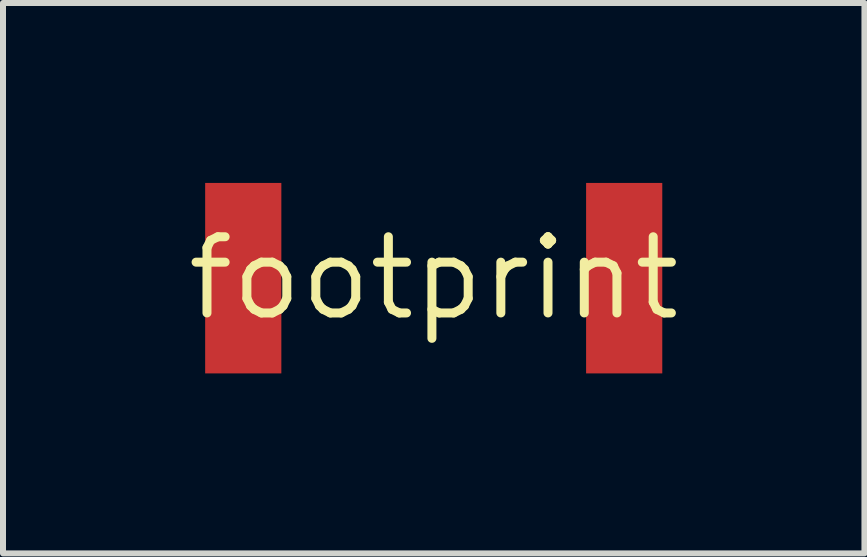
<source format=kicad_pcb>
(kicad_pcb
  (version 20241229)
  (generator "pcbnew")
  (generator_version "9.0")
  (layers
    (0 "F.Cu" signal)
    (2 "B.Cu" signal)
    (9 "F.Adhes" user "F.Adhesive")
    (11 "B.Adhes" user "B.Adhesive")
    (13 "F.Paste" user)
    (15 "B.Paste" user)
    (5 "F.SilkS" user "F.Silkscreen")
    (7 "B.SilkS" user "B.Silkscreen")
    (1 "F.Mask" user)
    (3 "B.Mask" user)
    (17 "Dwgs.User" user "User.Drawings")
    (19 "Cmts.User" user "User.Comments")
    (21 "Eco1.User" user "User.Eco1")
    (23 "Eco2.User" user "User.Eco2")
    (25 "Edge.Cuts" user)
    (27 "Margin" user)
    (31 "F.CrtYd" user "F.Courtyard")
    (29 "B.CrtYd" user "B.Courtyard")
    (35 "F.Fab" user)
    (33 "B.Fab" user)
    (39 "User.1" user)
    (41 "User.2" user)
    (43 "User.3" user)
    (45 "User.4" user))
  (footprint "footprint"
    (layer "F.Cu")
    (at 4.18 1.587)
    (property "Reference" "footprint" (at 0 0 0) (layer "F.SilkS") (effects (font (size 1.27 1.27) (thickness 0.15))))
    (pad "P$1" smd rect (at -3.175 0 90) (size 3.175 1.27) (layers "F.Cu" "F.Mask" "F.Paste"))
    (pad "P$2" smd rect (at 3.175 0 90) (size 3.175 1.27) (layers "F.Cu" "F.Mask" "F.Paste")))
  (gr_rect
    (start -3 -3)
    (end 11.36 6.175)
    (stroke (width 0.1) (type default))
    (fill no)
    (layer "Edge.Cuts")))
</source>
